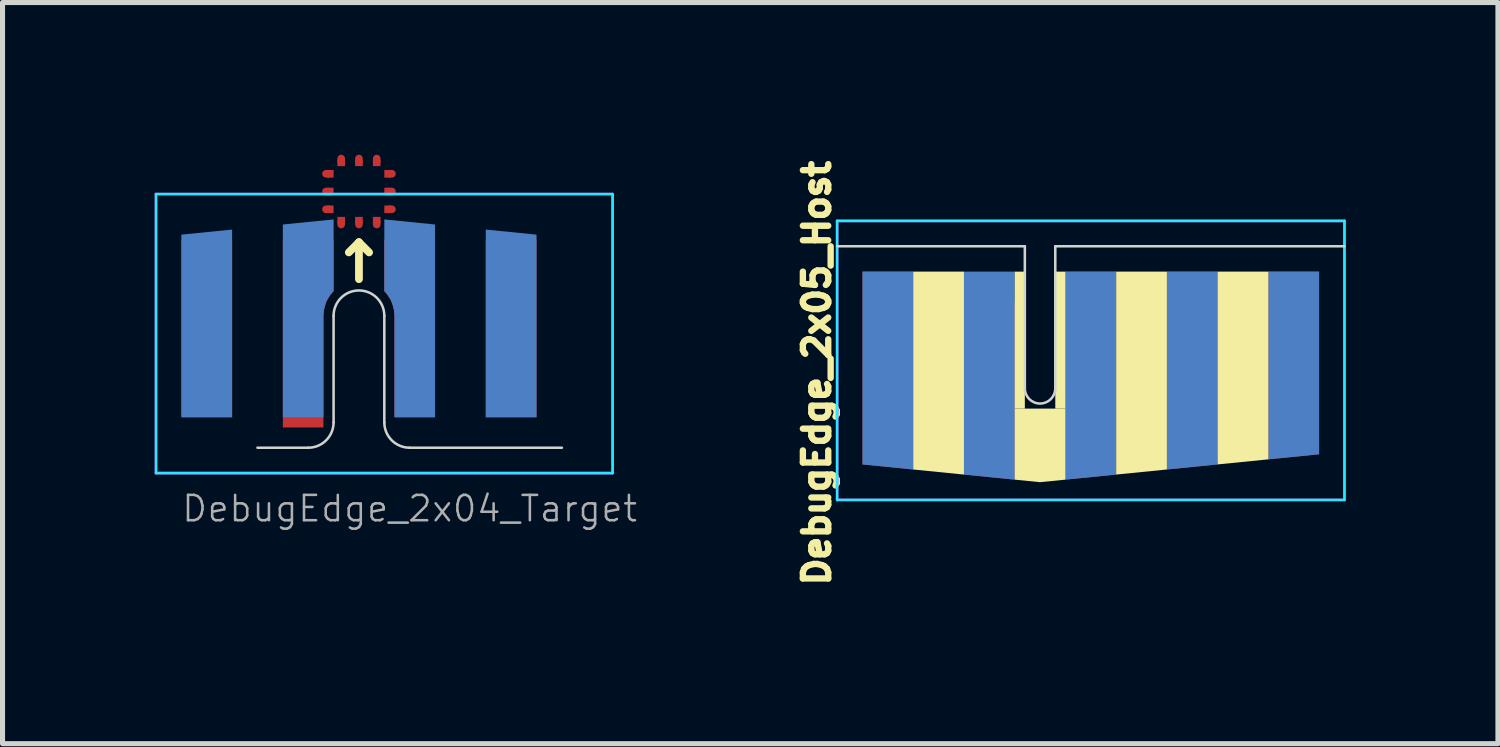
<source format=kicad_pcb>
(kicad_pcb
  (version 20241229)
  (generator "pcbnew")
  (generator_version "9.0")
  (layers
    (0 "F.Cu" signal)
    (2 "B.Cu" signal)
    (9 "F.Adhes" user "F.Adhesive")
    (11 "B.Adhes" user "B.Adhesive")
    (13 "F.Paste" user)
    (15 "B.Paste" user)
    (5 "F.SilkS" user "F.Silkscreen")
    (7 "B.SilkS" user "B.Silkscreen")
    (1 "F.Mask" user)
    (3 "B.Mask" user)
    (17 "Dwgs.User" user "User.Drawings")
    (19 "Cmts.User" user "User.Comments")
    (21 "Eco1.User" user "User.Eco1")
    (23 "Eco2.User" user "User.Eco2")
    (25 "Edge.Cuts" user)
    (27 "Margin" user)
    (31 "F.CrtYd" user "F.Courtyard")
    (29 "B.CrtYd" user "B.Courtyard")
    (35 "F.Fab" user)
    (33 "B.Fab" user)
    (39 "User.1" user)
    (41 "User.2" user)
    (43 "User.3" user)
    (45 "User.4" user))
  (footprint "DebugEdge_2x04_Target"
    (layer "F.Cu")
    (at 5.025 5.775)
    (property "Reference" "DebugEdge_2x04_Target" (at 0 1.2 0) (unlocked yes) (layer "F.Fab") (effects (font (size 0.5 0.5) (thickness 0.05))))
    (attr exclude_from_pos_files exclude_from_bom)
    (fp_line (start -1.6 -5.4) (end -1.65 -5.4) (stroke (width 0.15) (type solid)) (layer "F.Cu"))
    (fp_line (start -1.6 -5.05) (end -1.65 -5.05) (stroke (width 0.15) (type solid)) (layer "F.Cu"))
    (fp_line (start -1.6 -4.7) (end -1.65 -4.7) (stroke (width 0.15) (type solid)) (layer "F.Cu"))
    (fp_line (start -1.35 -5.65) (end -1.35 -5.7) (stroke (width 0.15) (type solid)) (layer "F.Cu"))
    (fp_line (start -1.35 -4.45) (end -1.35 -4.4) (stroke (width 0.15) (type solid)) (layer "F.Cu"))
    (fp_line (start -1 -5.65) (end -1 -5.7) (stroke (width 0.15) (type solid)) (layer "F.Cu"))
    (fp_line (start -1 -4.45) (end -1 -4.4) (stroke (width 0.15) (type solid)) (layer "F.Cu"))
    (fp_line (start -0.65 -5.65) (end -0.65 -5.7) (stroke (width 0.15) (type solid)) (layer "F.Cu"))
    (fp_line (start -0.65 -4.45) (end -0.65 -4.4) (stroke (width 0.15) (type solid)) (layer "F.Cu"))
    (fp_line (start -0.4 -5.4) (end -0.35 -5.4) (stroke (width 0.15) (type solid)) (layer "F.Cu"))
    (fp_line (start -0.4 -5.05) (end -0.35 -5.05) (stroke (width 0.15) (type solid)) (layer "F.Cu"))
    (fp_line (start -0.4 -4.7) (end -0.35 -4.7) (stroke (width 0.15) (type solid)) (layer "F.Cu"))
    (fp_poly (pts (xy -1.5 -5.475) (xy -1.5 -5.325) (xy -1.625 -5.325) (xy -1.625 -5.475)) (stroke (width 0) (type solid)) (fill yes) (layer "F.Cu"))
    (fp_poly (pts (xy -1.5 -5.125) (xy -1.5 -4.975) (xy -1.625 -4.975) (xy -1.625 -5.125)) (stroke (width 0) (type solid)) (fill yes) (layer "F.Cu"))
    (fp_poly (pts (xy -1.5 -4.775) (xy -1.5 -4.625) (xy -1.625 -4.625) (xy -1.625 -4.775)) (stroke (width 0) (type solid)) (fill yes) (layer "F.Cu"))
    (fp_poly (pts (xy -1.425 -4.55) (xy -1.275 -4.55) (xy -1.275 -4.425) (xy -1.425 -4.425)) (stroke (width 0) (type solid)) (fill yes) (layer "F.Cu"))
    (fp_poly (pts (xy -1.275 -5.55) (xy -1.425 -5.55) (xy -1.425 -5.675) (xy -1.275 -5.675)) (stroke (width 0) (type solid)) (fill yes) (layer "F.Cu"))
    (fp_poly (pts (xy -1.075 -4.55) (xy -0.925 -4.55) (xy -0.925 -4.425) (xy -1.075 -4.425)) (stroke (width 0) (type solid)) (fill yes) (layer "F.Cu"))
    (fp_poly (pts (xy -0.925 -5.55) (xy -1.075 -5.55) (xy -1.075 -5.675) (xy -0.925 -5.675)) (stroke (width 0) (type solid)) (fill yes) (layer "F.Cu"))
    (fp_poly (pts (xy -0.725 -4.55) (xy -0.575 -4.55) (xy -0.575 -4.425) (xy -0.725 -4.425)) (stroke (width 0) (type solid)) (fill yes) (layer "F.Cu"))
    (fp_poly (pts (xy -0.575 -5.55) (xy -0.725 -5.55) (xy -0.725 -5.675) (xy -0.575 -5.675)) (stroke (width 0) (type solid)) (fill yes) (layer "F.Cu"))
    (fp_poly (pts (xy -0.5 -5.325) (xy -0.5 -5.475) (xy -0.375 -5.475) (xy -0.375 -5.325)) (stroke (width 0) (type solid)) (fill yes) (layer "F.Cu"))
    (fp_poly (pts (xy -0.5 -4.975) (xy -0.5 -5.125) (xy -0.375 -5.125) (xy -0.375 -4.975)) (stroke (width 0) (type solid)) (fill yes) (layer "F.Cu"))
    (fp_poly (pts (xy -0.5 -4.625) (xy -0.5 -4.775) (xy -0.375 -4.775) (xy -0.375 -4.625)) (stroke (width 0) (type solid)) (fill yes) (layer "F.Cu"))
    (fp_line (start -1.5 -5.4) (end -1.65 -5.4) (stroke (width 0.15) (type solid)) (layer "F.Mask"))
    (fp_line (start -1.5 -5.05) (end -1.65 -5.05) (stroke (width 0.15) (type solid)) (layer "F.Mask"))
    (fp_line (start -1.5 -4.7) (end -1.65 -4.7) (stroke (width 0.15) (type solid)) (layer "F.Mask"))
    (fp_line (start -1.35 -5.55) (end -1.35 -5.7) (stroke (width 0.15) (type solid)) (layer "F.Mask"))
    (fp_line (start -1.35 -4.55) (end -1.35 -4.4) (stroke (width 0.15) (type solid)) (layer "F.Mask"))
    (fp_line (start -1 -5.55) (end -1 -5.7) (stroke (width 0.15) (type solid)) (layer "F.Mask"))
    (fp_line (start -1 -4.55) (end -1 -4.4) (stroke (width 0.15) (type solid)) (layer "F.Mask"))
    (fp_line (start -0.65 -5.55) (end -0.65 -5.7) (stroke (width 0.15) (type solid)) (layer "F.Mask"))
    (fp_line (start -0.65 -4.55) (end -0.65 -4.4) (stroke (width 0.15) (type solid)) (layer "F.Mask"))
    (fp_line (start -0.5 -5.4) (end -0.35 -5.4) (stroke (width 0.15) (type solid)) (layer "F.Mask"))
    (fp_line (start -0.5 -5.05) (end -0.35 -5.05) (stroke (width 0.15) (type solid)) (layer "F.Mask"))
    (fp_line (start -0.5 -4.7) (end -0.35 -4.7) (stroke (width 0.15) (type solid)) (layer "F.Mask"))
    (fp_poly (pts (xy -0.55 -4.6) (xy -1.45 -4.6) (xy -1.45 -5.5) (xy -0.55 -5.5)) (stroke (width 0.1) (type solid)) (fill yes) (layer "F.Mask"))
    (fp_line (start -1.2 -3.85) (end -1 -4.05) (stroke (width 0.153) (type solid)) (layer "F.SilkS"))
    (fp_line (start -1 -4.05) (end -1 -3.323) (stroke (width 0.153) (type solid)) (layer "F.SilkS"))
    (fp_line (start -1 -4.05) (end -0.8 -3.85) (stroke (width 0.153) (type solid)) (layer "F.SilkS"))
    (fp_line (start -3 0) (end -2 0) (stroke (width 0.05) (type solid)) (layer "Edge.Cuts"))
    (fp_line (start -1.5 -2.6) (end -1.5 -0.5) (stroke (width 0.05) (type solid)) (layer "Edge.Cuts"))
    (fp_line (start -0.5 -0.5) (end -0.5 -2.6) (stroke (width 0.05) (type solid)) (layer "Edge.Cuts"))
    (fp_line (start 0 0) (end 3 0) (stroke (width 0.05) (type solid)) (layer "Edge.Cuts"))
    (fp_arc (start -1.5 -2.6) (mid -1 -3.1) (end -0.5 -2.6) (stroke (width 0.05) (type solid)) (layer "Edge.Cuts"))
    (fp_arc (start -1.5 -0.5) (mid -1.646447 -0.146447) (end -2 0) (stroke (width 0.05) (type solid)) (layer "Edge.Cuts"))
    (fp_arc (start 0 0) (mid -0.353553 -0.146447) (end -0.5 -0.5) (stroke (width 0.05) (type solid)) (layer "Edge.Cuts"))
    (fp_line (start -5 -5) (end -5 0.5) (stroke (width 0.05) (type solid)) (layer "B.CrtYd"))
    (fp_line (start -5 0.5) (end 4 0.5) (stroke (width 0.05) (type solid)) (layer "B.CrtYd"))
    (fp_line (start 4 -5) (end -5 -5) (stroke (width 0.05) (type solid)) (layer "B.CrtYd"))
    (fp_line (start 4 0.5) (end 4 -5) (stroke (width 0.05) (type solid)) (layer "B.CrtYd"))
    (fp_line (start -5 -5) (end 4 -5) (stroke (width 0.05) (type solid)) (layer "F.CrtYd"))
    (fp_line (start -5 0.5) (end -5 -5) (stroke (width 0.05) (type solid)) (layer "F.CrtYd"))
    (fp_line (start 4 -5) (end 4 0.5) (stroke (width 0.05) (type solid)) (layer "F.CrtYd"))
    (fp_line (start 4 0.5) (end -5 0.5) (stroke (width 0.05) (type solid)) (layer "F.CrtYd"))
    (pad "1" smd custom (at -2 -3.6) (size 1 1) (layers "F.Cu" "F.Mask") (options (anchor rect)) (primitives (gr_poly (pts (xy 0.3 1) (xy 0.31 0.89) (xy 0.33 0.81) (xy 0.35 0.75) (xy 0.37 0.7) (xy 0.4 0.65) (xy 0.44 0.59) (xy 0.48 0.54) (xy 0.5 0.52) (xy 0.5 -0.5) (xy -0.5 -0.5) (xy -0.5 3.2) (xy 0.3 3.2)) (width 0) (fill yes))))
    (pad "2" smd custom (at 0 -3.6) (size 1 1) (layers "F.Cu" "F.Mask") (options (anchor rect)) (primitives (gr_poly (pts (xy -0.3 1) (xy -0.31 0.89) (xy -0.33 0.81) (xy -0.35 0.75) (xy -0.37 0.7) (xy -0.4 0.65) (xy -0.44 0.59) (xy -0.48 0.54) (xy -0.5 0.52) (xy -0.5 -0.5) (xy 0.5 -0.5) (xy 0.5 3) (xy -0.3 3)) (width 0) (fill yes))))
    (pad "3" smd custom (at -2 -2.1) (size 0.4 0.4) (layers "B.Cu" "B.Mask") (options (anchor rect)) (primitives (gr_poly (pts (xy 0.3 -0.51) (xy 0.31 -0.62) (xy 0.33 -0.7) (xy 0.35 -0.76) (xy 0.37 -0.81) (xy 0.4 -0.86) (xy 0.44 -0.92) (xy 0.48 -0.97) (xy 0.5 -0.99) (xy 0.5 -2.4) (xy -0.5 -2.3) (xy -0.5 1.5) (xy 0.3 1.5)) (width 0) (fill yes))))
    (pad "4" smd custom (at 0 -2.1) (size 0.4 0.4) (layers "B.Cu" "B.Mask") (options (anchor rect)) (primitives (gr_poly (pts (xy -0.3 -0.51) (xy -0.31 -0.62) (xy -0.33 -0.7) (xy -0.35 -0.76) (xy -0.37 -0.81) (xy -0.4 -0.86) (xy -0.44 -0.92) (xy -0.48 -0.97) (xy -0.5 -0.99) (xy -0.5 -2.4) (xy 0.5 -2.3) (xy 0.5 1.5) (xy -0.3 1.5)) (width 0) (fill yes))))
    (pad "5" smd rect (at 2 -2.35 180) (size 1 3.5) (layers "F.Cu" "F.Mask"))
    (pad "6" smd custom (at 2 -2.4) (size 1 3.6) (layers "B.Cu" "B.Mask") (options (anchor rect)) (primitives (gr_poly (pts (xy -0.5 -1.8) (xy -0.5 -1.9) (xy 0.5 -1.8)) (width 0) (fill yes))))
    (pad "7" smd rect (at -4 -2.35 180) (size 1 3.5) (layers "F.Cu" "F.Mask"))
    (pad "8" smd custom (at -4 -2.4) (size 1 3.6) (layers "B.Cu" "B.Mask") (options (anchor rect)) (primitives (gr_poly (pts (xy 0.5 -1.8) (xy 0.5 -1.9) (xy -0.5 -1.8)) (width 0) (fill yes)))))
  (footprint "DebugEdge_2x05_Host"
    (layer "F.Cu")
    (at 18.45 1.804)
    (property "Reference" "DebugEdge_2x05_Host" (at -5.4 2.5 270) (layer "F.SilkS") (effects (font (size 0.5 0.5) (thickness 0.125))))
    (attr through_hole)
    (fp_poly (pts (xy -2.5 4.5) (xy -3.5 4.4) (xy -3.5 0.5) (xy -2.5 0.5)) (stroke (width 0) (type solid)) (fill yes) (layer "F.SilkS"))
    (fp_poly (pts (xy -1.3 3.2) (xy -1.5 3.2) (xy -1.5 0.5) (xy -1.3 0.5)) (stroke (width 0) (type solid)) (fill yes) (layer "F.SilkS"))
    (fp_poly (pts (xy -0.5 3.2) (xy -0.7 3.2) (xy -0.7 0.5) (xy -0.5 0.5)) (stroke (width 0) (type solid)) (fill yes) (layer "F.SilkS"))
    (fp_poly (pts (xy 1.5 4.4) (xy 0.5 4.5) (xy 0.5 0.5) (xy 1.5 0.5)) (stroke (width 0) (type solid)) (fill yes) (layer "F.SilkS"))
    (fp_poly (pts (xy 3.5 4.2) (xy 2.5 4.3) (xy 2.5 0.5) (xy 3.5 0.5)) (stroke (width 0) (type solid)) (fill yes) (layer "F.SilkS"))
    (fp_poly (pts (xy -0.5 4.6) (xy -1 4.65) (xy -1.5 4.6) (xy -1.5 3.2) (xy -0.5 3.2)) (stroke (width 0) (type solid)) (fill yes) (layer "F.SilkS"))
    (fp_line (start -5 0) (end -1.3 0) (stroke (width 0.05) (type solid)) (layer "Edge.Cuts"))
    (fp_line (start -1.3 0) (end -1.3 2.8) (stroke (width 0.05) (type solid)) (layer "Edge.Cuts"))
    (fp_line (start -0.7 0) (end 5 0) (stroke (width 0.05) (type solid)) (layer "Edge.Cuts"))
    (fp_line (start -0.7 2.8) (end -0.7 0) (stroke (width 0.05) (type solid)) (layer "Edge.Cuts"))
    (fp_arc (start -0.7 2.8) (mid -1 3.1) (end -1.3 2.8) (stroke (width 0.05) (type solid)) (layer "Edge.Cuts"))
    (fp_line (start -5 -0.5) (end 5 -0.5) (stroke (width 0.05) (type solid)) (layer "B.CrtYd"))
    (fp_line (start -5 5) (end -5 -0.5) (stroke (width 0.05) (type solid)) (layer "B.CrtYd"))
    (fp_line (start 5 -0.5) (end 5 5) (stroke (width 0.05) (type solid)) (layer "B.CrtYd"))
    (fp_line (start 5 5) (end -5 5) (stroke (width 0.05) (type solid)) (layer "B.CrtYd"))
    (fp_line (start -5 -0.5) (end -5 5) (stroke (width 0.05) (type solid)) (layer "F.CrtYd"))
    (fp_line (start -5 5) (end 5 5) (stroke (width 0.05) (type solid)) (layer "F.CrtYd"))
    (fp_line (start 5 -0.5) (end -5 -0.5) (stroke (width 0.05) (type solid)) (layer "F.CrtYd"))
    (fp_line (start 5 5) (end 5 -0.5) (stroke (width 0.05) (type solid)) (layer "F.CrtYd"))
    (pad "1" smd custom (at -2 2.8) (size 1 3.4) (layers "F.Cu" "F.Mask") (options (anchor rect)) (primitives (gr_poly (pts (xy -0.5 1.7) (xy 0.5 1.8) (xy 0.5 1.7)) (width 0) (fill yes))))
    (pad "2" smd custom (at 0 2.5) (size 1 4) (layers "F.Cu" "F.Mask") (options (anchor rect)) (primitives (gr_poly (pts (xy -0.5 2) (xy -0.5 2.1) (xy 0.5 2)) (width 0) (fill yes))))
    (pad "3" smd custom (at -2 2.5) (size 1 4) (layers "B.Cu" "B.Mask") (options (anchor rect)) (primitives (gr_poly (pts (xy -0.5 2) (xy 0.5 2.1) (xy 0.5 2)) (width 0) (fill yes))))
    (pad "4" smd custom (at 0 2.5) (size 1 4) (layers "B.Cu" "B.Mask") (options (anchor rect)) (primitives (gr_poly (pts (xy -0.5 2) (xy -0.5 2.1) (xy 0.5 2)) (width 0) (fill yes))))
    (pad "5" smd custom (at 2 2.4) (size 1 3.8) (layers "F.Cu" "F.Mask") (options (anchor rect)) (primitives (gr_poly (pts (xy -0.5 1.9) (xy -0.5 2) (xy 0.5 1.9)) (width 0) (fill yes))))
    (pad "6" smd custom (at 2 2.4) (size 1 3.8) (layers "B.Cu" "B.Mask") (options (anchor rect)) (primitives (gr_poly (pts (xy -0.5 1.9) (xy -0.5 2) (xy 0.5 1.9)) (width 0) (fill yes))))
    (pad "7" smd custom (at -4 2.4) (size 1 3.8) (layers "F.Cu" "F.Mask") (options (anchor rect)) (primitives (gr_poly (pts (xy -0.5 1.9) (xy 0.5 2) (xy 0.5 1.9)) (width 0) (fill yes))))
    (pad "8" smd custom (at -4 2.4) (size 1 3.8) (layers "B.Cu" "B.Mask") (options (anchor rect)) (primitives (gr_poly (pts (xy -0.5 1.9) (xy 0.5 2) (xy 0.5 1.9)) (width 0) (fill yes))))
    (pad "9" smd custom (at 4 2.3) (size 1 3.6) (layers "F.Cu" "F.Mask") (options (anchor rect)) (primitives (gr_poly (pts (xy -0.5 1.8) (xy -0.5 1.9) (xy 0.5 1.8)) (width 0) (fill yes))))
    (pad "10" smd custom (at 4 2.3) (size 1 3.6) (layers "B.Cu" "B.Mask") (options (anchor rect)) (primitives (gr_poly (pts (xy -0.5 1.8) (xy -0.5 1.9) (xy 0.5 1.8)) (width 0) (fill yes)))))
  (gr_rect
    (start -3 -3)
    (end 26.475 11.608)
    (stroke (width 0.1) (type default))
    (fill no)
    (layer "Edge.Cuts")))
</source>
